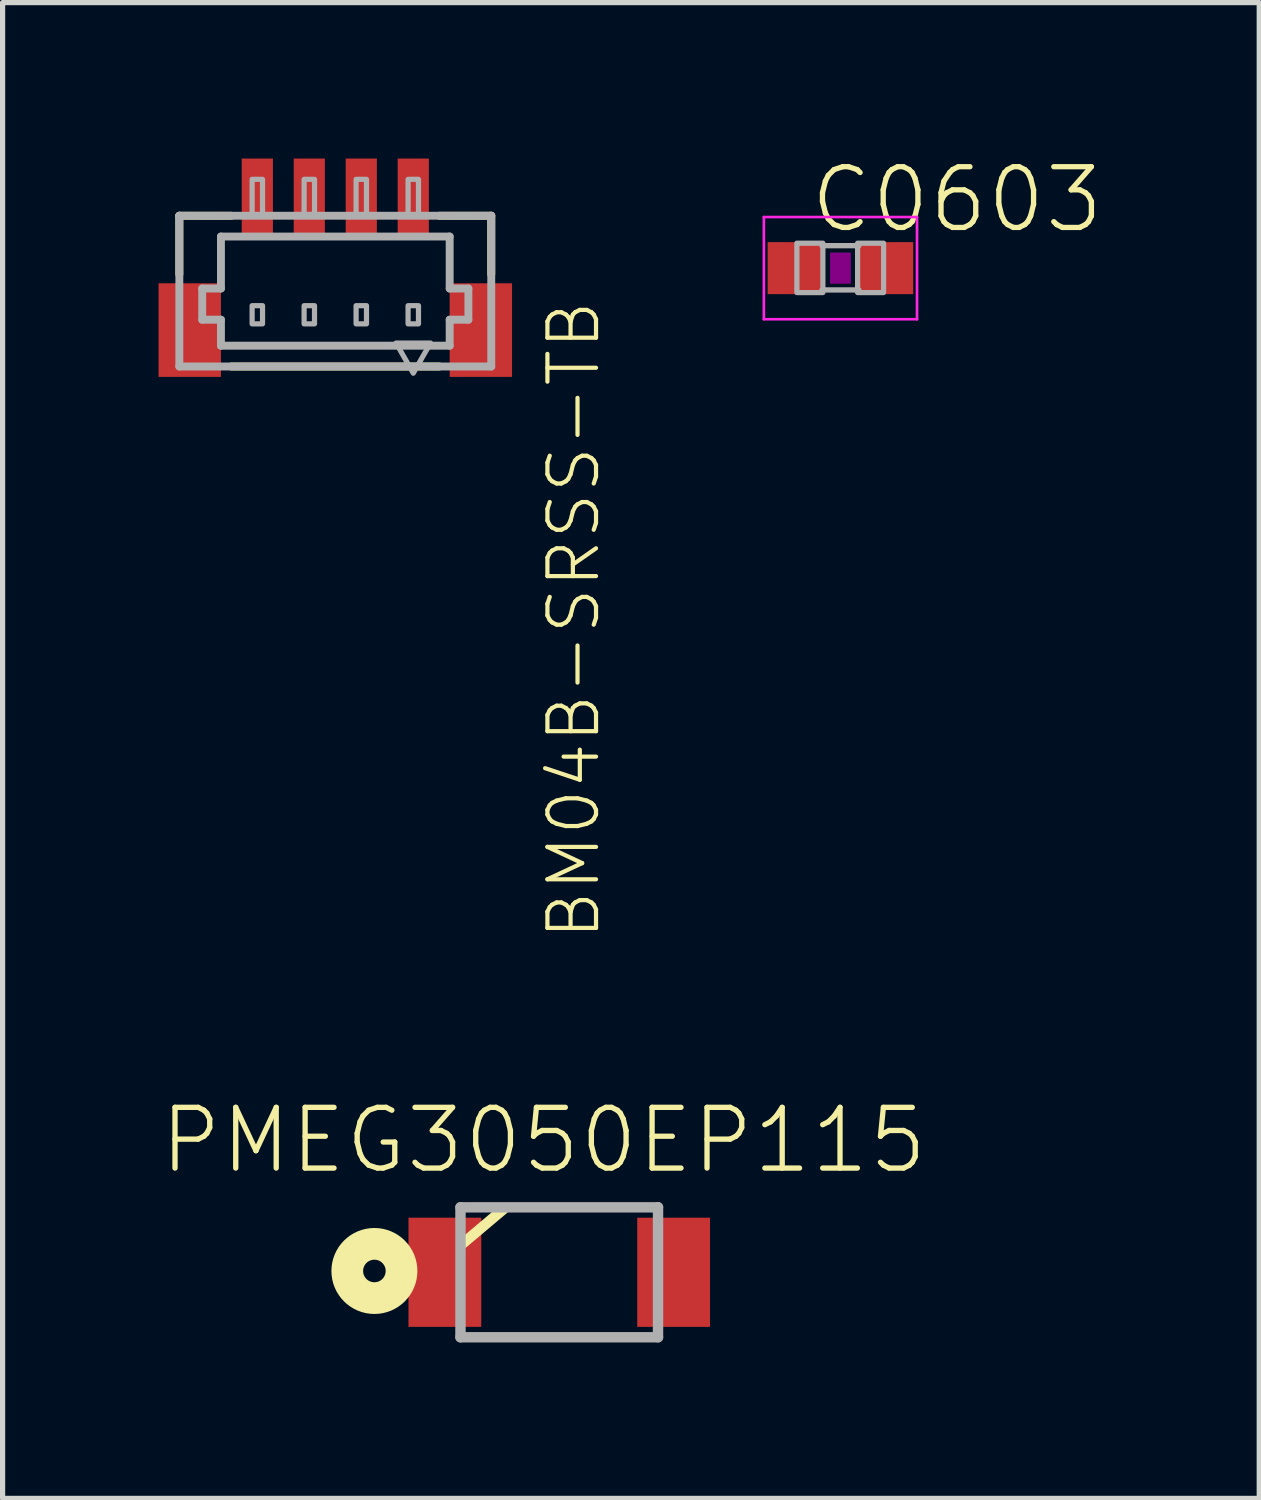
<source format=kicad_pcb>
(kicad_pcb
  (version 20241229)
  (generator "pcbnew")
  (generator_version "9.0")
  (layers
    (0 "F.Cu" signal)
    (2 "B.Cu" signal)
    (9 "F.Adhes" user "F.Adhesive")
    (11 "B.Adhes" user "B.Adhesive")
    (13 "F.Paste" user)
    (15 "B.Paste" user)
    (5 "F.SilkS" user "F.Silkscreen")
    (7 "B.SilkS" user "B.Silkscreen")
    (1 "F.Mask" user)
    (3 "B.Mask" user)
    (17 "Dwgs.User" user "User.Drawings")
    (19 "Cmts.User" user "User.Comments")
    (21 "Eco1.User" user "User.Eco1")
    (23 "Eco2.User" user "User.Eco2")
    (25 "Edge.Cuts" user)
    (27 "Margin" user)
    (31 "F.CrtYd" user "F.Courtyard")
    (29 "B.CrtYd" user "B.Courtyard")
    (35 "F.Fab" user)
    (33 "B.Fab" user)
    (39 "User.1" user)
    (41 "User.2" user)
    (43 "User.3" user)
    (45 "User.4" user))
  (footprint "BM04B-SRSS-TB"
    (layer "F.Cu")
    (at 3.4 0.775)
    (property "Reference" "BM04B-SRSS-TB" (at 4.04 1.905 90) (layer "F.SilkS") (effects (font (size 0.935 0.935) (thickness 0.081)) (justify right top)))
    (fp_line (start -3 0.325) (end -2 0.325) (stroke (width 0.152) (type solid)) (layer "F.SilkS"))
    (fp_line (start -3 1.45) (end -3 0.325) (stroke (width 0.152) (type solid)) (layer "F.SilkS"))
    (fp_line (start 2 0.325) (end 3 0.325) (stroke (width 0.152) (type solid)) (layer "F.SilkS"))
    (fp_line (start 2 3.225) (end -2 3.225) (stroke (width 0.152) (type solid)) (layer "F.SilkS"))
    (fp_line (start 3 0.325) (end 3 1.45) (stroke (width 0.152) (type solid)) (layer "F.SilkS"))
    (fp_line (start -3 0.325) (end 3 0.325) (stroke (width 0.152) (type solid)) (layer "F.Fab"))
    (fp_line (start -3 3.225) (end -3 0.325) (stroke (width 0.152) (type solid)) (layer "F.Fab"))
    (fp_line (start -2.56 1.725) (end -2.56 2.325) (stroke (width 0.152) (type solid)) (layer "F.Fab"))
    (fp_line (start -2.56 2.325) (end -2.2 2.325) (stroke (width 0.152) (type solid)) (layer "F.Fab"))
    (fp_line (start -2.2 0.725) (end -2.2 1.725) (stroke (width 0.152) (type solid)) (layer "F.Fab"))
    (fp_line (start -2.2 0.725) (end 2.2 0.725) (stroke (width 0.152) (type solid)) (layer "F.Fab"))
    (fp_line (start -2.2 1.725) (end -2.56 1.725) (stroke (width 0.152) (type solid)) (layer "F.Fab"))
    (fp_line (start -2.2 2.325) (end -2.2 2.825) (stroke (width 0.152) (type solid)) (layer "F.Fab"))
    (fp_line (start -2.2 2.825) (end 2.2 2.825) (stroke (width 0.152) (type solid)) (layer "F.Fab"))
    (fp_line (start 2.2 0.725) (end 2.2 1.725) (stroke (width 0.152) (type solid)) (layer "F.Fab"))
    (fp_line (start 2.2 1.725) (end 2.56 1.725) (stroke (width 0.152) (type solid)) (layer "F.Fab"))
    (fp_line (start 2.2 2.325) (end 2.2 2.825) (stroke (width 0.152) (type solid)) (layer "F.Fab"))
    (fp_line (start 2.56 1.725) (end 2.56 2.325) (stroke (width 0.152) (type solid)) (layer "F.Fab"))
    (fp_line (start 2.56 2.325) (end 2.2 2.325) (stroke (width 0.152) (type solid)) (layer "F.Fab"))
    (fp_line (start 3 0.325) (end 3 3.225) (stroke (width 0.152) (type solid)) (layer "F.Fab"))
    (fp_line (start 3 3.225) (end -3 3.225) (stroke (width 0.152) (type solid)) (layer "F.Fab"))
    (fp_poly (pts (xy 1.5 3.354) (xy 1.169 2.774) (xy 1.831 2.774)) (stroke (width 0.1) (type solid)) (fill no) (layer "F.Fab"))
    (fp_poly (pts (xy -1.6 0.325) (xy -1.4 0.325) (xy -1.4 -0.375) (xy -1.6 -0.375)) (stroke (width 0.1) (type solid)) (fill no) (layer "F.Fab"))
    (fp_poly (pts (xy -1.6 2.405) (xy -1.4 2.405) (xy -1.4 2.055) (xy -1.6 2.055)) (stroke (width 0.1) (type solid)) (fill no) (layer "F.Fab"))
    (fp_poly (pts (xy -0.6 0.325) (xy -0.4 0.325) (xy -0.4 -0.375) (xy -0.6 -0.375)) (stroke (width 0.1) (type solid)) (fill no) (layer "F.Fab"))
    (fp_poly (pts (xy -0.6 2.405) (xy -0.4 2.405) (xy -0.4 2.055) (xy -0.6 2.055)) (stroke (width 0.1) (type solid)) (fill no) (layer "F.Fab"))
    (fp_poly (pts (xy 0.4 0.325) (xy 0.6 0.325) (xy 0.6 -0.375) (xy 0.4 -0.375)) (stroke (width 0.1) (type solid)) (fill no) (layer "F.Fab"))
    (fp_poly (pts (xy 0.4 2.405) (xy 0.6 2.405) (xy 0.6 2.055) (xy 0.4 2.055)) (stroke (width 0.1) (type solid)) (fill no) (layer "F.Fab"))
    (fp_poly (pts (xy 1.4 0.325) (xy 1.6 0.325) (xy 1.6 -0.375) (xy 1.4 -0.375)) (stroke (width 0.1) (type solid)) (fill no) (layer "F.Fab"))
    (fp_poly (pts (xy 1.4 2.405) (xy 1.6 2.405) (xy 1.6 2.055) (xy 1.4 2.055)) (stroke (width 0.1) (type solid)) (fill no) (layer "F.Fab"))
    (pad "1" smd rect (at 1.5 0) (size 0.6 1.55) (layers "F.Cu" "F.Mask" "F.Paste"))
    (pad "2" smd rect (at 0.5 0) (size 0.6 1.55) (layers "F.Cu" "F.Mask" "F.Paste"))
    (pad "3" smd rect (at -0.5 0) (size 0.6 1.55) (layers "F.Cu" "F.Mask" "F.Paste"))
    (pad "4" smd rect (at -1.5 0) (size 0.6 1.55) (layers "F.Cu" "F.Mask" "F.Paste"))
    (pad "M1" smd rect (at 2.8 2.525) (size 1.2 1.8) (layers "F.Cu" "F.Mask" "F.Paste"))
    (pad "M2" smd rect (at -2.8 2.525) (size 1.2 1.8) (layers "F.Cu" "F.Mask" "F.Paste")))
  (footprint "C0603"
    (layer "F.Cu")
    (at 13.117 2.108)
    (property "Reference" "C0603" (at -0.635 -0.635 0) (layer "F.SilkS") (effects (font (size 1.168 1.168) (thickness 0.102)) (justify left bottom)))
    (fp_poly (pts (xy -0.2 0.3) (xy 0.2 0.3) (xy 0.2 -0.3) (xy -0.2 -0.3)) (stroke (width 0) (type solid)) (fill yes) (layer "F.Adhes"))
    (fp_line (start -1.473 -0.983) (end 1.473 -0.983) (stroke (width 0.051) (type solid)) (layer "F.CrtYd"))
    (fp_line (start -1.473 0.983) (end -1.473 -0.983) (stroke (width 0.051) (type solid)) (layer "F.CrtYd"))
    (fp_line (start 1.473 -0.983) (end 1.473 0.983) (stroke (width 0.051) (type solid)) (layer "F.CrtYd"))
    (fp_line (start 1.473 0.983) (end -1.473 0.983) (stroke (width 0.051) (type solid)) (layer "F.CrtYd"))
    (fp_line (start -0.356 -0.432) (end 0.356 -0.432) (stroke (width 0.102) (type solid)) (layer "F.Fab"))
    (fp_line (start -0.356 0.419) (end 0.356 0.419) (stroke (width 0.102) (type solid)) (layer "F.Fab"))
    (fp_poly (pts (xy -0.838 0.47) (xy -0.338 0.47) (xy -0.338 -0.48) (xy -0.838 -0.48)) (stroke (width 0.1) (type solid)) (fill no) (layer "F.Fab"))
    (fp_poly (pts (xy 0.33 0.47) (xy 0.83 0.47) (xy 0.83 -0.48) (xy 0.33 -0.48)) (stroke (width 0.1) (type solid)) (fill no) (layer "F.Fab"))
    (pad "1" smd rect (at -0.85 0) (size 1.1 1) (layers "F.Cu" "F.Mask" "F.Paste"))
    (pad "2" smd rect (at 0.85 0) (size 1.1 1) (layers "F.Cu" "F.Mask" "F.Paste")))
  (footprint "PMEG3050EP115"
    (layer "F.Cu")
    (at 7.708 21.424)
    (property "Reference" "PMEG3050EP115" (at -0.3 -2.54 0) (layer "F.SilkS") (effects (font (size 1.168 1.168) (thickness 0.102))))
    (fp_line (start -1.88 -0.533) (end -1.067 -1.219) (stroke (width 0.2) (type solid)) (layer "F.SilkS"))
    (fp_circle (center -3.556 -0.025) (end -3.339 -0.025) (stroke (width 0.61) (type solid)) (fill no) (layer "F.SilkS"))
    (fp_line (start -1.9 -1.25) (end 1.9 -1.25) (stroke (width 0.2) (type solid)) (layer "F.Fab"))
    (fp_line (start -1.9 1.25) (end -1.9 -1.25) (stroke (width 0.2) (type solid)) (layer "F.Fab"))
    (fp_line (start 1.9 -1.25) (end 1.9 1.25) (stroke (width 0.2) (type solid)) (layer "F.Fab"))
    (fp_line (start 1.9 1.25) (end -1.9 1.25) (stroke (width 0.2) (type solid)) (layer "F.Fab"))
    (pad "1" smd rect (at -2.2 0 90) (size 2.1 1.4) (layers "F.Cu" "F.Mask" "F.Paste"))
    (pad "2" smd rect (at 2.2 0 90) (size 2.1 1.4) (layers "F.Cu" "F.Mask" "F.Paste")))
  (gr_rect
    (start -3 -3)
    (end 21.173 25.774)
    (stroke (width 0.1) (type default))
    (fill no)
    (layer "Edge.Cuts")))
</source>
